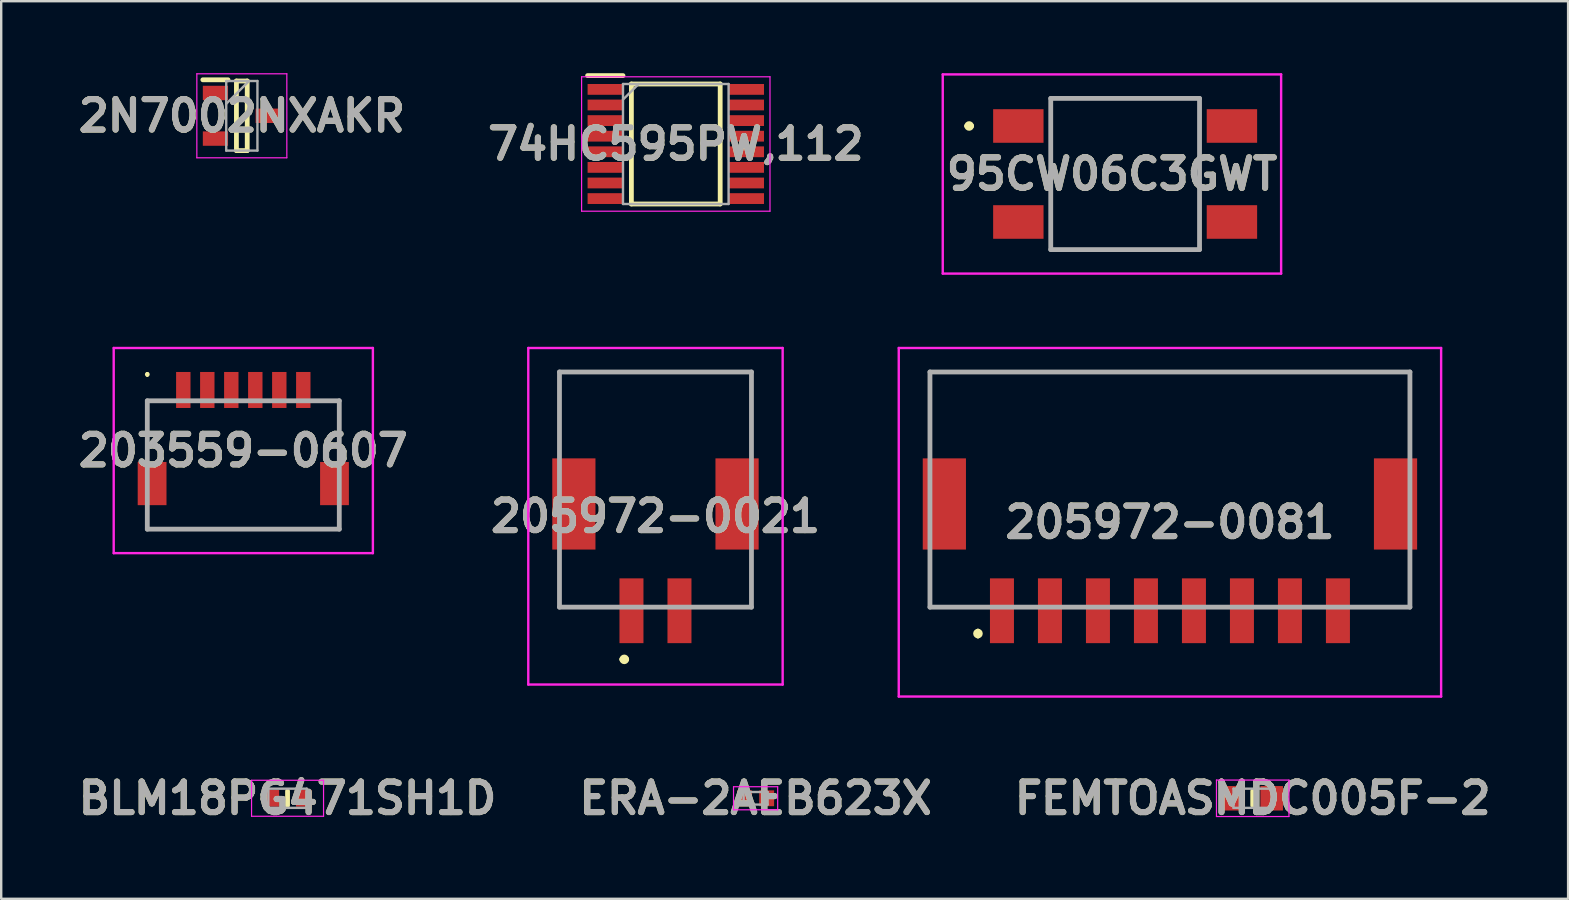
<source format=kicad_pcb>
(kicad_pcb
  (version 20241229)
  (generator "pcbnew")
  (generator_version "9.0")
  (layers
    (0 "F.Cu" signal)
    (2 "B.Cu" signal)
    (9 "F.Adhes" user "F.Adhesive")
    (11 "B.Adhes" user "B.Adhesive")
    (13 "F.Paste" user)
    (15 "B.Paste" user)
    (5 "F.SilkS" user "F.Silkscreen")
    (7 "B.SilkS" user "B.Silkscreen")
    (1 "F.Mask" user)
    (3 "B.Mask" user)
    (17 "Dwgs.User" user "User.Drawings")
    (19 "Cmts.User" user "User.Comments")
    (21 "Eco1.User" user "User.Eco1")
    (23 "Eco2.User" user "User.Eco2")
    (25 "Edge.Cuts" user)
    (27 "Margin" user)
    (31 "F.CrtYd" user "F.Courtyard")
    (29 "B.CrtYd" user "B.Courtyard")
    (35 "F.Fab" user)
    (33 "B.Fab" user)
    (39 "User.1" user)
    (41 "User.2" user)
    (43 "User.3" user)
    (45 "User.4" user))
  (footprint "FEMTOASMDC005F-2"
    (layer "F.Cu")
    (at 49.15 30.214)
    (property "Reference" "FEMTOASMDC005F-2" (at 0 0 0) (layer "F.SilkS") (effects (font (size 1.27 1.27) (thickness 0.254))))
    (attr smd)
    (fp_line (start 0 -0.3) (end 0 0.3) (stroke (width 0.2) (type solid)) (layer "F.SilkS"))
    (fp_line (start -1.51 -0.76) (end 1.51 -0.76) (stroke (width 0.05) (type solid)) (layer "F.CrtYd"))
    (fp_line (start -1.51 0.76) (end -1.51 -0.76) (stroke (width 0.05) (type solid)) (layer "F.CrtYd"))
    (fp_line (start 1.51 -0.76) (end 1.51 0.76) (stroke (width 0.05) (type solid)) (layer "F.CrtYd"))
    (fp_line (start 1.51 0.76) (end -1.51 0.76) (stroke (width 0.05) (type solid)) (layer "F.CrtYd"))
    (fp_line (start -0.8 -0.4) (end 0.8 -0.4) (stroke (width 0.1) (type solid)) (layer "F.Fab"))
    (fp_line (start -0.8 0.4) (end -0.8 -0.4) (stroke (width 0.1) (type solid)) (layer "F.Fab"))
    (fp_line (start 0.8 -0.4) (end 0.8 0.4) (stroke (width 0.1) (type solid)) (layer "F.Fab"))
    (fp_line (start 0.8 0.4) (end -0.8 0.4) (stroke (width 0.1) (type solid)) (layer "F.Fab"))
    (fp_text user "${REFERENCE}" (at 0 0 0) (layer "F.Fab") (effects (font (size 1.27 1.27) (thickness 0.254))))
    (pad "1" smd rect (at -0.79 0) (size 0.94 1.02) (layers "F.Cu" "F.Mask" "F.Paste"))
    (pad "2" smd rect (at 0.79 0) (size 0.94 1.02) (layers "F.Cu" "F.Mask" "F.Paste")))
  (footprint "95CW06C3GWT"
    (layer "F.Cu")
    (at 43.834 4.2)
    (property "Reference" "95CW06C3GWT" (at -0.55 0 0) (layer "F.SilkS") (effects (font (size 1.27 1.27) (thickness 0.254))))
    (attr smd)
    (fp_line (start -6.6 -2) (end -6.6 -2) (stroke (width 0.2) (type solid)) (layer "F.SilkS"))
    (fp_line (start -6.4 -2) (end -6.4 -2) (stroke (width 0.2) (type solid)) (layer "F.SilkS"))
    (fp_line (start -3.1 -3.15) (end 3.1 -3.15) (stroke (width 0.1) (type solid)) (layer "F.SilkS"))
    (fp_line (start -3.1 3.15) (end -3.1 -3.15) (stroke (width 0.1) (type solid)) (layer "F.SilkS"))
    (fp_line (start 3.1 -3.15) (end 3.1 3.15) (stroke (width 0.1) (type solid)) (layer "F.SilkS"))
    (fp_line (start 3.1 3.15) (end -3.1 3.15) (stroke (width 0.1) (type solid)) (layer "F.SilkS"))
    (fp_arc (start -6.6 -2) (mid -6.5 -2.1) (end -6.4 -2) (stroke (width 0.2) (type solid)) (layer "F.SilkS"))
    (fp_arc (start -6.4 -2) (mid -6.5 -1.9) (end -6.6 -2) (stroke (width 0.2) (type solid)) (layer "F.SilkS"))
    (fp_line (start -7.6 -4.15) (end 6.5 -4.15) (stroke (width 0.1) (type solid)) (layer "F.CrtYd"))
    (fp_line (start -7.6 4.15) (end -7.6 -4.15) (stroke (width 0.1) (type solid)) (layer "F.CrtYd"))
    (fp_line (start 6.5 -4.15) (end 6.5 4.15) (stroke (width 0.1) (type solid)) (layer "F.CrtYd"))
    (fp_line (start 6.5 4.15) (end -7.6 4.15) (stroke (width 0.1) (type solid)) (layer "F.CrtYd"))
    (fp_line (start -3.1 -3.15) (end 3.1 -3.15) (stroke (width 0.2) (type solid)) (layer "F.Fab"))
    (fp_line (start -3.1 3.15) (end -3.1 -3.15) (stroke (width 0.2) (type solid)) (layer "F.Fab"))
    (fp_line (start 3.1 -3.15) (end 3.1 3.15) (stroke (width 0.2) (type solid)) (layer "F.Fab"))
    (fp_line (start 3.1 3.15) (end -3.1 3.15) (stroke (width 0.2) (type solid)) (layer "F.Fab"))
    (fp_text user "${REFERENCE}" (at -0.55 0 0) (layer "F.Fab") (effects (font (size 1.27 1.27) (thickness 0.254))))
    (pad "T1" smd rect (at -4.45 -2 90) (size 1.4 2.1) (layers "F.Cu" "F.Mask" "F.Paste"))
    (pad "T2" smd rect (at 4.45 -2 90) (size 1.4 2.1) (layers "F.Cu" "F.Mask" "F.Paste"))
    (pad "T3" smd rect (at -4.45 2 90) (size 1.4 2.1) (layers "F.Cu" "F.Mask" "F.Paste"))
    (pad "T4" smd rect (at 4.45 2 90) (size 1.4 2.1) (layers "F.Cu" "F.Mask" "F.Paste")))
  (footprint "ERA-2AEB623X"
    (layer "F.Cu")
    (at 28.436 30.214)
    (property "Reference" "ERA-2AEB623X" (at 0 0 0) (layer "F.SilkS") (effects (font (size 1.27 1.27) (thickness 0.254))))
    (attr smd)
    (fp_line (start -0.92 -0.48) (end 0.92 -0.48) (stroke (width 0.05) (type solid)) (layer "F.CrtYd"))
    (fp_line (start -0.92 0.48) (end -0.92 -0.48) (stroke (width 0.05) (type solid)) (layer "F.CrtYd"))
    (fp_line (start 0.92 -0.48) (end 0.92 0.48) (stroke (width 0.05) (type solid)) (layer "F.CrtYd"))
    (fp_line (start 0.92 0.48) (end -0.92 0.48) (stroke (width 0.05) (type solid)) (layer "F.CrtYd"))
    (fp_line (start -0.5 -0.262) (end 0.5 -0.262) (stroke (width 0.1) (type solid)) (layer "F.Fab"))
    (fp_line (start -0.5 0.262) (end -0.5 -0.262) (stroke (width 0.1) (type solid)) (layer "F.Fab"))
    (fp_line (start 0.5 -0.262) (end 0.5 0.262) (stroke (width 0.1) (type solid)) (layer "F.Fab"))
    (fp_line (start 0.5 0.262) (end -0.5 0.262) (stroke (width 0.1) (type solid)) (layer "F.Fab"))
    (fp_text user "${REFERENCE}" (at 0 0 0) (layer "F.Fab") (effects (font (size 1.27 1.27) (thickness 0.254))))
    (pad "1" smd rect (at -0.46 0) (size 0.62 0.66) (layers "F.Cu" "F.Mask" "F.Paste"))
    (pad "2" smd rect (at 0.46 0) (size 0.62 0.66) (layers "F.Cu" "F.Mask" "F.Paste")))
  (footprint "203559-0607"
    (layer "F.Cu")
    (at 7.088 16.1)
    (property "Reference" "203559-0607" (at 0 -0.375 0) (layer "F.SilkS") (effects (font (size 1.27 1.27) (thickness 0.254))))
    (attr smd)
    (fp_line (start -4 -3.6) (end -4 -3.6) (stroke (width 0.1) (type solid)) (layer "F.SilkS"))
    (fp_line (start -4 -3.5) (end -4 -3.5) (stroke (width 0.1) (type solid)) (layer "F.SilkS"))
    (fp_line (start -4 -2.45) (end -3 -2.45) (stroke (width 0.1) (type solid)) (layer "F.SilkS"))
    (fp_line (start -4 -0.5) (end -4 -2.45) (stroke (width 0.1) (type solid)) (layer "F.SilkS"))
    (fp_line (start -4 2.9) (end 3.8 2.9) (stroke (width 0.1) (type solid)) (layer "F.SilkS"))
    (fp_line (start 4 -0.5) (end 4 -2) (stroke (width 0.1) (type solid)) (layer "F.SilkS"))
    (fp_arc (start -4 -3.6) (mid -3.95 -3.55) (end -4 -3.5) (stroke (width 0.1) (type solid)) (layer "F.SilkS"))
    (fp_arc (start -4 -3.5) (mid -4.05 -3.55) (end -4 -3.6) (stroke (width 0.1) (type solid)) (layer "F.SilkS"))
    (fp_line (start -5.4 -4.65) (end 5.4 -4.65) (stroke (width 0.1) (type solid)) (layer "F.CrtYd"))
    (fp_line (start -5.4 3.9) (end -5.4 -4.65) (stroke (width 0.1) (type solid)) (layer "F.CrtYd"))
    (fp_line (start 5.4 -4.65) (end 5.4 3.9) (stroke (width 0.1) (type solid)) (layer "F.CrtYd"))
    (fp_line (start 5.4 3.9) (end -5.4 3.9) (stroke (width 0.1) (type solid)) (layer "F.CrtYd"))
    (fp_line (start -4 -2.45) (end 4 -2.45) (stroke (width 0.2) (type solid)) (layer "F.Fab"))
    (fp_line (start -4 2.9) (end -4 -2.45) (stroke (width 0.2) (type solid)) (layer "F.Fab"))
    (fp_line (start 4 -2.45) (end 4 2.9) (stroke (width 0.2) (type solid)) (layer "F.Fab"))
    (fp_line (start 4 2.9) (end -4 2.9) (stroke (width 0.2) (type solid)) (layer "F.Fab"))
    (fp_text user "${REFERENCE}" (at 0 -0.375 0) (layer "F.Fab") (effects (font (size 1.27 1.27) (thickness 0.254))))
    (pad "1" smd rect (at -2.5 -2.9) (size 0.6 1.5) (layers "F.Cu" "F.Mask" "F.Paste"))
    (pad "2" smd rect (at -1.5 -2.9) (size 0.6 1.5) (layers "F.Cu" "F.Mask" "F.Paste"))
    (pad "3" smd rect (at -0.5 -2.9) (size 0.6 1.5) (layers "F.Cu" "F.Mask" "F.Paste"))
    (pad "4" smd rect (at 0.5 -2.9) (size 0.6 1.5) (layers "F.Cu" "F.Mask" "F.Paste"))
    (pad "5" smd rect (at 1.5 -2.9) (size 0.6 1.5) (layers "F.Cu" "F.Mask" "F.Paste"))
    (pad "6" smd rect (at 2.5 -2.9) (size 0.6 1.5) (layers "F.Cu" "F.Mask" "F.Paste"))
    (pad "MP1" smd rect (at -3.8 1) (size 1.2 1.8) (layers "F.Cu" "F.Mask" "F.Paste"))
    (pad "MP2" smd rect (at 3.8 1) (size 1.2 1.8) (layers "F.Cu" "F.Mask" "F.Paste")))
  (footprint "205972-0081"
    (layer "F.Cu")
    (at 45.701 17.95)
    (property "Reference" "205972-0081" (at 0 0.763 0) (layer "F.SilkS") (effects (font (size 1.27 1.27) (thickness 0.254))))
    (attr smd)
    (fp_line (start -10 -5.5) (end 10 -5.5) (stroke (width 0.1) (type solid)) (layer "F.SilkS"))
    (fp_line (start -10 -2.525) (end -10 -5.5) (stroke (width 0.1) (type solid)) (layer "F.SilkS"))
    (fp_line (start -10 2.975) (end -10 4.3) (stroke (width 0.1) (type solid)) (layer "F.SilkS"))
    (fp_line (start -10 4.3) (end -8 4.3) (stroke (width 0.1) (type solid)) (layer "F.SilkS"))
    (fp_line (start -8 5.3) (end -8 5.3) (stroke (width 0.2) (type solid)) (layer "F.SilkS"))
    (fp_line (start -8 5.5) (end -8 5.5) (stroke (width 0.2) (type solid)) (layer "F.SilkS"))
    (fp_line (start 8.5 4.3) (end 10 4.3) (stroke (width 0.1) (type solid)) (layer "F.SilkS"))
    (fp_line (start 10 -5.5) (end 10 -3.025) (stroke (width 0.1) (type solid)) (layer "F.SilkS"))
    (fp_line (start 10 4.3) (end 10 2.475) (stroke (width 0.1) (type solid)) (layer "F.SilkS"))
    (fp_arc (start -8 5.3) (mid -7.9 5.4) (end -8 5.5) (stroke (width 0.2) (type solid)) (layer "F.SilkS"))
    (fp_arc (start -8 5.5) (mid -8.1 5.4) (end -8 5.3) (stroke (width 0.2) (type solid)) (layer "F.SilkS"))
    (fp_line (start -11.3 -6.5) (end 11.3 -6.5) (stroke (width 0.1) (type solid)) (layer "F.CrtYd"))
    (fp_line (start -11.3 8.025) (end -11.3 -6.5) (stroke (width 0.1) (type solid)) (layer "F.CrtYd"))
    (fp_line (start 11.3 -6.5) (end 11.3 8.025) (stroke (width 0.1) (type solid)) (layer "F.CrtYd"))
    (fp_line (start 11.3 8.025) (end -11.3 8.025) (stroke (width 0.1) (type solid)) (layer "F.CrtYd"))
    (fp_line (start -10 -5.5) (end 10 -5.5) (stroke (width 0.2) (type solid)) (layer "F.Fab"))
    (fp_line (start -10 4.3) (end -10 -5.5) (stroke (width 0.2) (type solid)) (layer "F.Fab"))
    (fp_line (start 10 -5.5) (end 10 4.3) (stroke (width 0.2) (type solid)) (layer "F.Fab"))
    (fp_line (start 10 4.3) (end -10 4.3) (stroke (width 0.2) (type solid)) (layer "F.Fab"))
    (fp_text user "${REFERENCE}" (at 0 0.763 0) (layer "F.Fab") (effects (font (size 1.27 1.27) (thickness 0.254))))
    (pad "1" smd rect (at -7 4.45) (size 1 2.7) (layers "F.Cu" "F.Mask" "F.Paste"))
    (pad "2" smd rect (at -5 4.45) (size 1 2.7) (layers "F.Cu" "F.Mask" "F.Paste"))
    (pad "3" smd rect (at -3 4.45) (size 1 2.7) (layers "F.Cu" "F.Mask" "F.Paste"))
    (pad "4" smd rect (at -1 4.45) (size 1 2.7) (layers "F.Cu" "F.Mask" "F.Paste"))
    (pad "5" smd rect (at 1 4.45) (size 1 2.7) (layers "F.Cu" "F.Mask" "F.Paste"))
    (pad "6" smd rect (at 3 4.45) (size 1 2.7) (layers "F.Cu" "F.Mask" "F.Paste"))
    (pad "7" smd rect (at 5 4.45) (size 1 2.7) (layers "F.Cu" "F.Mask" "F.Paste"))
    (pad "8" smd rect (at 7 4.45) (size 1 2.7) (layers "F.Cu" "F.Mask" "F.Paste"))
    (pad "MP1" smd rect (at -9.4 0) (size 1.8 3.8) (layers "F.Cu" "F.Mask" "F.Paste"))
    (pad "MP2" smd rect (at 9.4 0) (size 1.8 3.8) (layers "F.Cu" "F.Mask" "F.Paste")))
  (footprint "BLM18PG471SH1D"
    (layer "F.Cu")
    (at 8.932 30.214)
    (property "Reference" "BLM18PG471SH1D" (at 0 0 0) (layer "F.SilkS") (effects (font (size 1.27 1.27) (thickness 0.254))))
    (attr smd)
    (fp_line (start 0 -0.3) (end 0 0.3) (stroke (width 0.2) (type solid)) (layer "F.SilkS"))
    (fp_line (start -1.5 -0.75) (end 1.5 -0.75) (stroke (width 0.05) (type solid)) (layer "F.CrtYd"))
    (fp_line (start -1.5 0.75) (end -1.5 -0.75) (stroke (width 0.05) (type solid)) (layer "F.CrtYd"))
    (fp_line (start 1.5 -0.75) (end 1.5 0.75) (stroke (width 0.05) (type solid)) (layer "F.CrtYd"))
    (fp_line (start 1.5 0.75) (end -1.5 0.75) (stroke (width 0.05) (type solid)) (layer "F.CrtYd"))
    (fp_line (start -0.8 -0.4) (end 0.8 -0.4) (stroke (width 0.1) (type solid)) (layer "F.Fab"))
    (fp_line (start -0.8 0.4) (end -0.8 -0.4) (stroke (width 0.1) (type solid)) (layer "F.Fab"))
    (fp_line (start 0.8 -0.4) (end 0.8 0.4) (stroke (width 0.1) (type solid)) (layer "F.Fab"))
    (fp_line (start 0.8 0.4) (end -0.8 0.4) (stroke (width 0.1) (type solid)) (layer "F.Fab"))
    (fp_text user "${REFERENCE}" (at 0 0 0) (layer "F.Fab") (effects (font (size 1.27 1.27) (thickness 0.254))))
    (pad "1" smd rect (at -0.675 0) (size 0.65 0.7) (layers "F.Cu" "F.Mask" "F.Paste"))
    (pad "2" smd rect (at 0.675 0) (size 0.65 0.7) (layers "F.Cu" "F.Mask" "F.Paste")))
  (footprint "74HC595PW,112"
    (layer "F.Cu")
    (at 25.11 2.95)
    (property "Reference" "74HC595PW,112" (at 0 0 0) (layer "F.SilkS") (effects (font (size 1.27 1.27) (thickness 0.254))))
    (attr smd)
    (fp_line (start -3.675 -2.85) (end -2.2 -2.85) (stroke (width 0.2) (type solid)) (layer "F.SilkS"))
    (fp_line (start -1.85 -2.5) (end 1.85 -2.5) (stroke (width 0.2) (type solid)) (layer "F.SilkS"))
    (fp_line (start -1.85 2.5) (end -1.85 -2.5) (stroke (width 0.2) (type solid)) (layer "F.SilkS"))
    (fp_line (start 1.85 -2.5) (end 1.85 2.5) (stroke (width 0.2) (type solid)) (layer "F.SilkS"))
    (fp_line (start 1.85 2.5) (end -1.85 2.5) (stroke (width 0.2) (type solid)) (layer "F.SilkS"))
    (fp_line (start -3.925 -2.8) (end 3.925 -2.8) (stroke (width 0.05) (type solid)) (layer "F.CrtYd"))
    (fp_line (start -3.925 2.8) (end -3.925 -2.8) (stroke (width 0.05) (type solid)) (layer "F.CrtYd"))
    (fp_line (start 3.925 -2.8) (end 3.925 2.8) (stroke (width 0.05) (type solid)) (layer "F.CrtYd"))
    (fp_line (start 3.925 2.8) (end -3.925 2.8) (stroke (width 0.05) (type solid)) (layer "F.CrtYd"))
    (fp_line (start -2.2 -2.5) (end 2.2 -2.5) (stroke (width 0.1) (type solid)) (layer "F.Fab"))
    (fp_line (start -2.2 -1.85) (end -1.55 -2.5) (stroke (width 0.1) (type solid)) (layer "F.Fab"))
    (fp_line (start -2.2 2.5) (end -2.2 -2.5) (stroke (width 0.1) (type solid)) (layer "F.Fab"))
    (fp_line (start 2.2 -2.5) (end 2.2 2.5) (stroke (width 0.1) (type solid)) (layer "F.Fab"))
    (fp_line (start 2.2 2.5) (end -2.2 2.5) (stroke (width 0.1) (type solid)) (layer "F.Fab"))
    (fp_text user "${REFERENCE}" (at 0 0 0) (layer "F.Fab") (effects (font (size 1.27 1.27) (thickness 0.254))))
    (pad "1" smd rect (at -2.938 -2.275 90) (size 0.45 1.475) (layers "F.Cu" "F.Mask" "F.Paste"))
    (pad "2" smd rect (at -2.938 -1.625 90) (size 0.45 1.475) (layers "F.Cu" "F.Mask" "F.Paste"))
    (pad "3" smd rect (at -2.938 -0.975 90) (size 0.45 1.475) (layers "F.Cu" "F.Mask" "F.Paste"))
    (pad "4" smd rect (at -2.938 -0.325 90) (size 0.45 1.475) (layers "F.Cu" "F.Mask" "F.Paste"))
    (pad "5" smd rect (at -2.938 0.325 90) (size 0.45 1.475) (layers "F.Cu" "F.Mask" "F.Paste"))
    (pad "6" smd rect (at -2.938 0.975 90) (size 0.45 1.475) (layers "F.Cu" "F.Mask" "F.Paste"))
    (pad "7" smd rect (at -2.938 1.625 90) (size 0.45 1.475) (layers "F.Cu" "F.Mask" "F.Paste"))
    (pad "8" smd rect (at -2.938 2.275 90) (size 0.45 1.475) (layers "F.Cu" "F.Mask" "F.Paste"))
    (pad "9" smd rect (at 2.938 2.275 90) (size 0.45 1.475) (layers "F.Cu" "F.Mask" "F.Paste"))
    (pad "10" smd rect (at 2.938 1.625 90) (size 0.45 1.475) (layers "F.Cu" "F.Mask" "F.Paste"))
    (pad "11" smd rect (at 2.938 0.975 90) (size 0.45 1.475) (layers "F.Cu" "F.Mask" "F.Paste"))
    (pad "12" smd rect (at 2.938 0.325 90) (size 0.45 1.475) (layers "F.Cu" "F.Mask" "F.Paste"))
    (pad "13" smd rect (at 2.938 -0.325 90) (size 0.45 1.475) (layers "F.Cu" "F.Mask" "F.Paste"))
    (pad "14" smd rect (at 2.938 -0.975 90) (size 0.45 1.475) (layers "F.Cu" "F.Mask" "F.Paste"))
    (pad "15" smd rect (at 2.938 -1.625 90) (size 0.45 1.475) (layers "F.Cu" "F.Mask" "F.Paste"))
    (pad "16" smd rect (at 2.938 -2.275 90) (size 0.45 1.475) (layers "F.Cu" "F.Mask" "F.Paste")))
  (footprint "205972-0021"
    (layer "F.Cu")
    (at 24.263 17.95)
    (property "Reference" "205972-0021" (at 0 0.513 0) (layer "F.SilkS") (effects (font (size 1.27 1.27) (thickness 0.254))))
    (attr smd)
    (fp_line (start -4 -5.5) (end 4 -5.5) (stroke (width 0.1) (type solid)) (layer "F.SilkS"))
    (fp_line (start -4 -2.925) (end -4 -5.5) (stroke (width 0.1) (type solid)) (layer "F.SilkS"))
    (fp_line (start -4 2.675) (end -4 4.3) (stroke (width 0.1) (type solid)) (layer "F.SilkS"))
    (fp_line (start -4 4.3) (end -2.4 4.3) (stroke (width 0.1) (type solid)) (layer "F.SilkS"))
    (fp_line (start -1.4 6.475) (end -1.4 6.475) (stroke (width 0.2) (type solid)) (layer "F.SilkS"))
    (fp_line (start -1.2 6.475) (end -1.2 6.475) (stroke (width 0.2) (type solid)) (layer "F.SilkS"))
    (fp_line (start 2.4 4.3) (end 4 4.3) (stroke (width 0.1) (type solid)) (layer "F.SilkS"))
    (fp_line (start 4 -5.5) (end 4 -2.925) (stroke (width 0.1) (type solid)) (layer "F.SilkS"))
    (fp_line (start 4 2.675) (end 4 4.3) (stroke (width 0.1) (type solid)) (layer "F.SilkS"))
    (fp_arc (start -1.4 6.475) (mid -1.3 6.375) (end -1.2 6.475) (stroke (width 0.2) (type solid)) (layer "F.SilkS"))
    (fp_arc (start -1.2 6.475) (mid -1.3 6.575) (end -1.4 6.475) (stroke (width 0.2) (type solid)) (layer "F.SilkS"))
    (fp_line (start -5.3 -6.5) (end 5.3 -6.5) (stroke (width 0.1) (type solid)) (layer "F.CrtYd"))
    (fp_line (start -5.3 7.525) (end -5.3 -6.5) (stroke (width 0.1) (type solid)) (layer "F.CrtYd"))
    (fp_line (start 5.3 -6.5) (end 5.3 7.525) (stroke (width 0.1) (type solid)) (layer "F.CrtYd"))
    (fp_line (start 5.3 7.525) (end -5.3 7.525) (stroke (width 0.1) (type solid)) (layer "F.CrtYd"))
    (fp_line (start -4 -5.5) (end 4 -5.5) (stroke (width 0.2) (type solid)) (layer "F.Fab"))
    (fp_line (start -4 4.3) (end -4 -5.5) (stroke (width 0.2) (type solid)) (layer "F.Fab"))
    (fp_line (start 4 -5.5) (end 4 4.3) (stroke (width 0.2) (type solid)) (layer "F.Fab"))
    (fp_line (start 4 4.3) (end -4 4.3) (stroke (width 0.2) (type solid)) (layer "F.Fab"))
    (fp_text user "${REFERENCE}" (at 0 0.513 0) (layer "F.Fab") (effects (font (size 1.27 1.27) (thickness 0.254))))
    (pad "1" smd rect (at -1 4.45) (size 1 2.7) (layers "F.Cu" "F.Mask" "F.Paste"))
    (pad "2" smd rect (at 1 4.45) (size 1 2.7) (layers "F.Cu" "F.Mask" "F.Paste"))
    (pad "MP1" smd rect (at -3.4 0) (size 1.8 3.8) (layers "F.Cu" "F.Mask" "F.Paste"))
    (pad "MP2" smd rect (at 3.4 0) (size 1.8 3.8) (layers "F.Cu" "F.Mask" "F.Paste")))
  (footprint "2N7002NXAKR"
    (layer "F.Cu")
    (at 7.027 1.775)
    (property "Reference" "2N7002NXAKR" (at 0 0 0) (layer "F.SilkS") (effects (font (size 1.27 1.27) (thickness 0.254))))
    (attr smd)
    (fp_line (start -1.625 -1.5) (end -0.575 -1.5) (stroke (width 0.2) (type solid)) (layer "F.SilkS"))
    (fp_line (start -0.225 -1.45) (end 0.225 -1.45) (stroke (width 0.2) (type solid)) (layer "F.SilkS"))
    (fp_line (start -0.225 1.45) (end -0.225 -1.45) (stroke (width 0.2) (type solid)) (layer "F.SilkS"))
    (fp_line (start 0.225 -1.45) (end 0.225 1.45) (stroke (width 0.2) (type solid)) (layer "F.SilkS"))
    (fp_line (start 0.225 1.45) (end -0.225 1.45) (stroke (width 0.2) (type solid)) (layer "F.SilkS"))
    (fp_line (start -1.875 -1.75) (end 1.875 -1.75) (stroke (width 0.05) (type solid)) (layer "F.CrtYd"))
    (fp_line (start -1.875 1.75) (end -1.875 -1.75) (stroke (width 0.05) (type solid)) (layer "F.CrtYd"))
    (fp_line (start 1.875 -1.75) (end 1.875 1.75) (stroke (width 0.05) (type solid)) (layer "F.CrtYd"))
    (fp_line (start 1.875 1.75) (end -1.875 1.75) (stroke (width 0.05) (type solid)) (layer "F.CrtYd"))
    (fp_line (start -0.65 -1.45) (end 0.65 -1.45) (stroke (width 0.1) (type solid)) (layer "F.Fab"))
    (fp_line (start -0.65 -0.5) (end 0.3 -1.45) (stroke (width 0.1) (type solid)) (layer "F.Fab"))
    (fp_line (start -0.65 1.45) (end -0.65 -1.45) (stroke (width 0.1) (type solid)) (layer "F.Fab"))
    (fp_line (start 0.65 -1.45) (end 0.65 1.45) (stroke (width 0.1) (type solid)) (layer "F.Fab"))
    (fp_line (start 0.65 1.45) (end -0.65 1.45) (stroke (width 0.1) (type solid)) (layer "F.Fab"))
    (fp_text user "${REFERENCE}" (at 0 0 0) (layer "F.Fab") (effects (font (size 1.27 1.27) (thickness 0.254))))
    (pad "1" smd rect (at -1.1 -0.95 90) (size 0.6 1.05) (layers "F.Cu" "F.Mask" "F.Paste"))
    (pad "2" smd rect (at -1.1 0.95 90) (size 0.6 1.05) (layers "F.Cu" "F.Mask" "F.Paste"))
    (pad "3" smd rect (at 1.1 0 90) (size 0.6 1.05) (layers "F.Cu" "F.Mask" "F.Paste")))
  (gr_rect
    (start -3 -3)
    (end 62.292 34.402)
    (stroke (width 0.1) (type default))
    (fill no)
    (layer "Edge.Cuts")))
</source>
